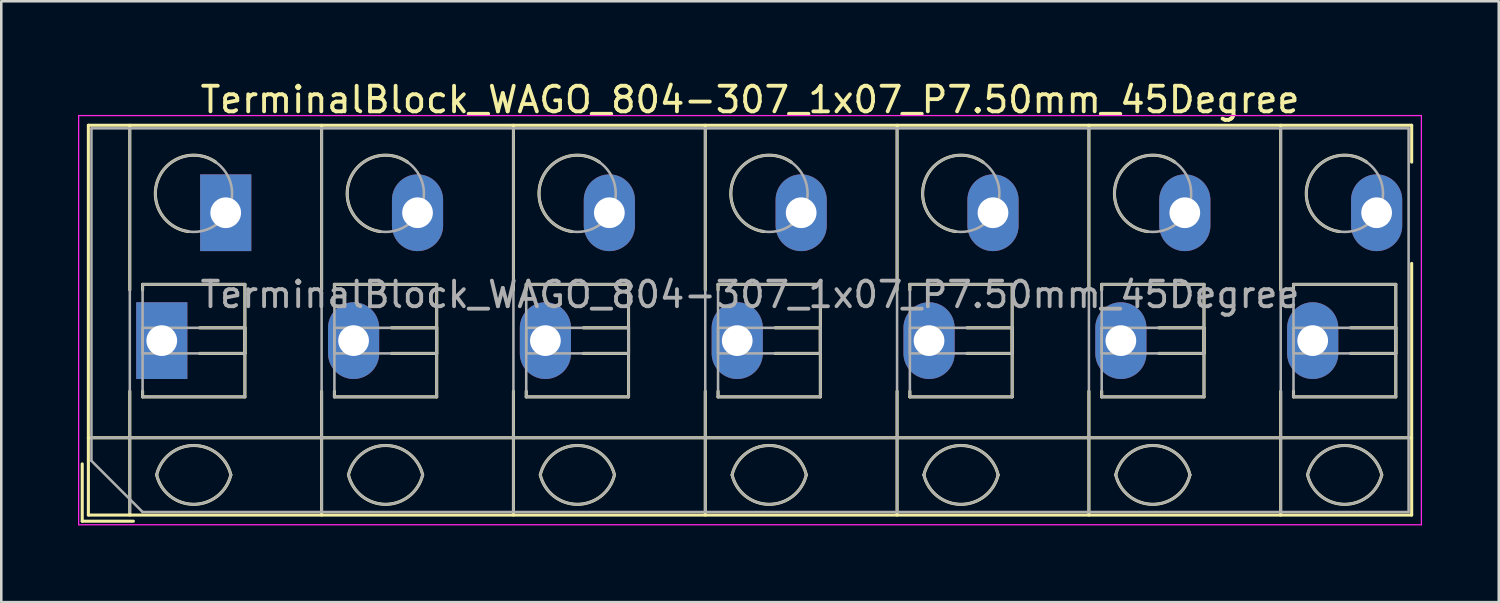
<source format=kicad_pcb>
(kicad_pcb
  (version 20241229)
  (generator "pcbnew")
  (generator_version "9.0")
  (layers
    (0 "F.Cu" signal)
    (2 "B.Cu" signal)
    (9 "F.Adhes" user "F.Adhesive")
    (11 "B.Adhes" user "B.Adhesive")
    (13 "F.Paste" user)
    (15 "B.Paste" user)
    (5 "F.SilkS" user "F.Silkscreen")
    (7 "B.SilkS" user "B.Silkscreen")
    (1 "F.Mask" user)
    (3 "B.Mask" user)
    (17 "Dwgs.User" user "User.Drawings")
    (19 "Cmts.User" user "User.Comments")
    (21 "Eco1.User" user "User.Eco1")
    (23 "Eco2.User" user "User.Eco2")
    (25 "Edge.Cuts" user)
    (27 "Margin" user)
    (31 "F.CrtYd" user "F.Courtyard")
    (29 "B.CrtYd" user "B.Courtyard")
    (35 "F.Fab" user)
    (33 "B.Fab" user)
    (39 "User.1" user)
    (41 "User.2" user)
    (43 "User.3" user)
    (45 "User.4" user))
  (footprint "TerminalBlock_WAGO_804-307_1x07_P7.50mm_45Degree"
    (layer "F.Cu")
    (at 3.275 10.268)
    (property "Reference" "TerminalBlock_WAGO_804-307_1x07_P7.50mm_45Degree" (at 23 -9.42 0) (layer "F.SilkS") (effects (font (size 1 1) (thickness 0.15))))
    (attr through_hole)
    (fp_line (start -3.11 4.82) (end -3.11 7.06) (stroke (width 0.12) (type solid)) (layer "F.SilkS"))
    (fp_line (start -3.11 7.06) (end -1.11 7.06) (stroke (width 0.12) (type solid)) (layer "F.SilkS"))
    (fp_line (start -2.87 -8.42) (end -2.87 6.82) (stroke (width 0.12) (type solid)) (layer "F.SilkS"))
    (fp_line (start -2.87 -8.42) (end 48.87 -8.42) (stroke (width 0.12) (type solid)) (layer "F.SilkS"))
    (fp_line (start -2.87 3.8) (end 48.87 3.8) (stroke (width 0.12) (type solid)) (layer "F.SilkS"))
    (fp_line (start -2.87 6.82) (end 48.87 6.82) (stroke (width 0.12) (type solid)) (layer "F.SilkS"))
    (fp_line (start -1.25 -8.42) (end -1.25 -1.98) (stroke (width 0.12) (type solid)) (layer "F.SilkS"))
    (fp_line (start -1.25 1.98) (end -1.25 6.82) (stroke (width 0.12) (type solid)) (layer "F.SilkS"))
    (fp_line (start -0.75 -2.2) (end -0.75 -1.98) (stroke (width 0.12) (type solid)) (layer "F.SilkS"))
    (fp_line (start -0.75 -2.2) (end 3.25 -2.2) (stroke (width 0.12) (type solid)) (layer "F.SilkS"))
    (fp_line (start -0.75 1.98) (end -0.75 2.2) (stroke (width 0.12) (type solid)) (layer "F.SilkS"))
    (fp_line (start -0.75 2.2) (end 3.25 2.2) (stroke (width 0.12) (type solid)) (layer "F.SilkS"))
    (fp_line (start 1.48 -0.5) (end 3.25 -0.5) (stroke (width 0.12) (type solid)) (layer "F.SilkS"))
    (fp_line (start 1.48 0.5) (end 3.25 0.5) (stroke (width 0.12) (type solid)) (layer "F.SilkS"))
    (fp_line (start 3.25 -2.2) (end 3.25 2.2) (stroke (width 0.12) (type solid)) (layer "F.SilkS"))
    (fp_line (start 3.25 -0.5) (end 3.25 0.5) (stroke (width 0.12) (type solid)) (layer "F.SilkS"))
    (fp_line (start 6.25 -8.42) (end 6.25 -1.98) (stroke (width 0.12) (type solid)) (layer "F.SilkS"))
    (fp_line (start 6.25 1.98) (end 6.25 6.82) (stroke (width 0.12) (type solid)) (layer "F.SilkS"))
    (fp_line (start 6.75 -2.2) (end 6.75 -1.98) (stroke (width 0.12) (type solid)) (layer "F.SilkS"))
    (fp_line (start 6.75 -2.2) (end 10.75 -2.2) (stroke (width 0.12) (type solid)) (layer "F.SilkS"))
    (fp_line (start 6.75 1.98) (end 6.75 2.2) (stroke (width 0.12) (type solid)) (layer "F.SilkS"))
    (fp_line (start 6.75 2.2) (end 10.75 2.2) (stroke (width 0.12) (type solid)) (layer "F.SilkS"))
    (fp_line (start 8.98 -0.5) (end 10.75 -0.5) (stroke (width 0.12) (type solid)) (layer "F.SilkS"))
    (fp_line (start 8.98 0.5) (end 10.75 0.5) (stroke (width 0.12) (type solid)) (layer "F.SilkS"))
    (fp_line (start 10.75 -2.2) (end 10.75 2.2) (stroke (width 0.12) (type solid)) (layer "F.SilkS"))
    (fp_line (start 10.75 -0.5) (end 10.75 0.5) (stroke (width 0.12) (type solid)) (layer "F.SilkS"))
    (fp_line (start 13.75 -8.42) (end 13.75 -1.98) (stroke (width 0.12) (type solid)) (layer "F.SilkS"))
    (fp_line (start 13.75 1.98) (end 13.75 6.82) (stroke (width 0.12) (type solid)) (layer "F.SilkS"))
    (fp_line (start 14.25 -2.2) (end 14.25 -1.98) (stroke (width 0.12) (type solid)) (layer "F.SilkS"))
    (fp_line (start 14.25 -2.2) (end 18.25 -2.2) (stroke (width 0.12) (type solid)) (layer "F.SilkS"))
    (fp_line (start 14.25 1.98) (end 14.25 2.2) (stroke (width 0.12) (type solid)) (layer "F.SilkS"))
    (fp_line (start 14.25 2.2) (end 18.25 2.2) (stroke (width 0.12) (type solid)) (layer "F.SilkS"))
    (fp_line (start 16.48 -0.5) (end 18.25 -0.5) (stroke (width 0.12) (type solid)) (layer "F.SilkS"))
    (fp_line (start 16.48 0.5) (end 18.25 0.5) (stroke (width 0.12) (type solid)) (layer "F.SilkS"))
    (fp_line (start 18.25 -2.2) (end 18.25 2.2) (stroke (width 0.12) (type solid)) (layer "F.SilkS"))
    (fp_line (start 18.25 -0.5) (end 18.25 0.5) (stroke (width 0.12) (type solid)) (layer "F.SilkS"))
    (fp_line (start 21.25 -8.42) (end 21.25 -1.98) (stroke (width 0.12) (type solid)) (layer "F.SilkS"))
    (fp_line (start 21.25 1.98) (end 21.25 6.82) (stroke (width 0.12) (type solid)) (layer "F.SilkS"))
    (fp_line (start 21.75 -2.2) (end 21.75 -1.98) (stroke (width 0.12) (type solid)) (layer "F.SilkS"))
    (fp_line (start 21.75 -2.2) (end 25.75 -2.2) (stroke (width 0.12) (type solid)) (layer "F.SilkS"))
    (fp_line (start 21.75 1.98) (end 21.75 2.2) (stroke (width 0.12) (type solid)) (layer "F.SilkS"))
    (fp_line (start 21.75 2.2) (end 25.75 2.2) (stroke (width 0.12) (type solid)) (layer "F.SilkS"))
    (fp_line (start 23.98 -0.5) (end 25.75 -0.5) (stroke (width 0.12) (type solid)) (layer "F.SilkS"))
    (fp_line (start 23.98 0.5) (end 25.75 0.5) (stroke (width 0.12) (type solid)) (layer "F.SilkS"))
    (fp_line (start 25.75 -2.2) (end 25.75 2.2) (stroke (width 0.12) (type solid)) (layer "F.SilkS"))
    (fp_line (start 25.75 -0.5) (end 25.75 0.5) (stroke (width 0.12) (type solid)) (layer "F.SilkS"))
    (fp_line (start 28.75 -8.42) (end 28.75 -1.98) (stroke (width 0.12) (type solid)) (layer "F.SilkS"))
    (fp_line (start 28.75 1.98) (end 28.75 6.82) (stroke (width 0.12) (type solid)) (layer "F.SilkS"))
    (fp_line (start 29.25 -2.2) (end 29.25 -1.98) (stroke (width 0.12) (type solid)) (layer "F.SilkS"))
    (fp_line (start 29.25 -2.2) (end 33.25 -2.2) (stroke (width 0.12) (type solid)) (layer "F.SilkS"))
    (fp_line (start 29.25 1.98) (end 29.25 2.2) (stroke (width 0.12) (type solid)) (layer "F.SilkS"))
    (fp_line (start 29.25 2.2) (end 33.25 2.2) (stroke (width 0.12) (type solid)) (layer "F.SilkS"))
    (fp_line (start 31.48 -0.5) (end 33.25 -0.5) (stroke (width 0.12) (type solid)) (layer "F.SilkS"))
    (fp_line (start 31.48 0.5) (end 33.25 0.5) (stroke (width 0.12) (type solid)) (layer "F.SilkS"))
    (fp_line (start 33.25 -2.2) (end 33.25 2.2) (stroke (width 0.12) (type solid)) (layer "F.SilkS"))
    (fp_line (start 33.25 -0.5) (end 33.25 0.5) (stroke (width 0.12) (type solid)) (layer "F.SilkS"))
    (fp_line (start 36.25 -8.42) (end 36.25 -1.98) (stroke (width 0.12) (type solid)) (layer "F.SilkS"))
    (fp_line (start 36.25 1.98) (end 36.25 6.82) (stroke (width 0.12) (type solid)) (layer "F.SilkS"))
    (fp_line (start 36.75 -2.2) (end 36.75 -1.98) (stroke (width 0.12) (type solid)) (layer "F.SilkS"))
    (fp_line (start 36.75 -2.2) (end 40.75 -2.2) (stroke (width 0.12) (type solid)) (layer "F.SilkS"))
    (fp_line (start 36.75 1.98) (end 36.75 2.2) (stroke (width 0.12) (type solid)) (layer "F.SilkS"))
    (fp_line (start 36.75 2.2) (end 40.75 2.2) (stroke (width 0.12) (type solid)) (layer "F.SilkS"))
    (fp_line (start 38.98 -0.5) (end 40.75 -0.5) (stroke (width 0.12) (type solid)) (layer "F.SilkS"))
    (fp_line (start 38.98 0.5) (end 40.75 0.5) (stroke (width 0.12) (type solid)) (layer "F.SilkS"))
    (fp_line (start 40.75 -2.2) (end 40.75 2.2) (stroke (width 0.12) (type solid)) (layer "F.SilkS"))
    (fp_line (start 40.75 -0.5) (end 40.75 0.5) (stroke (width 0.12) (type solid)) (layer "F.SilkS"))
    (fp_line (start 43.75 -8.42) (end 43.75 -1.98) (stroke (width 0.12) (type solid)) (layer "F.SilkS"))
    (fp_line (start 43.75 1.98) (end 43.75 6.82) (stroke (width 0.12) (type solid)) (layer "F.SilkS"))
    (fp_line (start 44.25 -2.2) (end 44.25 -1.98) (stroke (width 0.12) (type solid)) (layer "F.SilkS"))
    (fp_line (start 44.25 -2.2) (end 48.25 -2.2) (stroke (width 0.12) (type solid)) (layer "F.SilkS"))
    (fp_line (start 44.25 1.98) (end 44.25 2.2) (stroke (width 0.12) (type solid)) (layer "F.SilkS"))
    (fp_line (start 44.25 2.2) (end 48.25 2.2) (stroke (width 0.12) (type solid)) (layer "F.SilkS"))
    (fp_line (start 46.48 -0.5) (end 48.25 -0.5) (stroke (width 0.12) (type solid)) (layer "F.SilkS"))
    (fp_line (start 46.48 0.5) (end 48.25 0.5) (stroke (width 0.12) (type solid)) (layer "F.SilkS"))
    (fp_line (start 48.25 -2.2) (end 48.25 2.2) (stroke (width 0.12) (type solid)) (layer "F.SilkS"))
    (fp_line (start 48.25 -0.5) (end 48.25 0.5) (stroke (width 0.12) (type solid)) (layer "F.SilkS"))
    (fp_line (start 48.87 -8.42) (end 48.87 -6.98) (stroke (width 0.12) (type solid)) (layer "F.SilkS"))
    (fp_line (start 48.87 -3.02) (end 48.87 6.82) (stroke (width 0.12) (type solid)) (layer "F.SilkS"))
    (fp_arc (start -0.200865 5.250424) (mid 1.250296 4.099926) (end 2.701 5.251) (stroke (width 0.12) (type solid)) (layer "F.SilkS"))
    (fp_arc (start 1.040798 -4.264067) (mid -0.146039 -6.300306) (end 2.111 -6.979) (stroke (width 0.12) (type solid)) (layer "F.SilkS"))
    (fp_arc (start 2.7 5.25) (mid 1.250068 6.400101) (end -0.199969 5.250133) (stroke (width 0.12) (type solid)) (layer "F.SilkS"))
    (fp_arc (start 7.299135 5.250424) (mid 8.750296 4.099926) (end 10.201 5.251) (stroke (width 0.12) (type solid)) (layer "F.SilkS"))
    (fp_arc (start 8.540798 -4.264067) (mid 7.353961 -6.300306) (end 9.611 -6.979) (stroke (width 0.12) (type solid)) (layer "F.SilkS"))
    (fp_arc (start 10.2 5.25) (mid 8.750068 6.400101) (end 7.300031 5.250133) (stroke (width 0.12) (type solid)) (layer "F.SilkS"))
    (fp_arc (start 14.799135 5.250424) (mid 16.250296 4.099926) (end 17.701 5.251) (stroke (width 0.12) (type solid)) (layer "F.SilkS"))
    (fp_arc (start 16.040798 -4.264067) (mid 14.853961 -6.300306) (end 17.111 -6.979) (stroke (width 0.12) (type solid)) (layer "F.SilkS"))
    (fp_arc (start 17.7 5.25) (mid 16.250068 6.400101) (end 14.800031 5.250133) (stroke (width 0.12) (type solid)) (layer "F.SilkS"))
    (fp_arc (start 22.299135 5.250424) (mid 23.750296 4.099926) (end 25.201 5.251) (stroke (width 0.12) (type solid)) (layer "F.SilkS"))
    (fp_arc (start 23.540798 -4.264067) (mid 22.353961 -6.300306) (end 24.611 -6.979) (stroke (width 0.12) (type solid)) (layer "F.SilkS"))
    (fp_arc (start 25.2 5.25) (mid 23.750068 6.400101) (end 22.300031 5.250133) (stroke (width 0.12) (type solid)) (layer "F.SilkS"))
    (fp_arc (start 29.799135 5.250424) (mid 31.250296 4.099926) (end 32.701 5.251) (stroke (width 0.12) (type solid)) (layer "F.SilkS"))
    (fp_arc (start 31.040798 -4.264067) (mid 29.853961 -6.300306) (end 32.111 -6.979) (stroke (width 0.12) (type solid)) (layer "F.SilkS"))
    (fp_arc (start 32.701 5.25) (mid 31.250296 6.401074) (end 29.799135 5.250576) (stroke (width 0.12) (type solid)) (layer "F.SilkS"))
    (fp_arc (start 37.299135 5.250424) (mid 38.750296 4.099926) (end 40.201 5.251) (stroke (width 0.12) (type solid)) (layer "F.SilkS"))
    (fp_arc (start 38.540798 -4.264067) (mid 37.353961 -6.300306) (end 39.611 -6.979) (stroke (width 0.12) (type solid)) (layer "F.SilkS"))
    (fp_arc (start 40.2 5.25) (mid 38.750068 6.400101) (end 37.300031 5.250133) (stroke (width 0.12) (type solid)) (layer "F.SilkS"))
    (fp_arc (start 44.799135 5.250424) (mid 46.250296 4.099926) (end 47.701 5.251) (stroke (width 0.12) (type solid)) (layer "F.SilkS"))
    (fp_arc (start 46.040798 -4.264067) (mid 44.853961 -6.300306) (end 47.111 -6.979) (stroke (width 0.12) (type solid)) (layer "F.SilkS"))
    (fp_arc (start 47.7 5.25) (mid 46.250068 6.400101) (end 44.800031 5.250133) (stroke (width 0.12) (type solid)) (layer "F.SilkS"))
    (fp_line (start -3.25 -8.8) (end -3.25 7.2) (stroke (width 0.05) (type solid)) (layer "F.CrtYd"))
    (fp_line (start -3.25 7.2) (end 49.25 7.2) (stroke (width 0.05) (type solid)) (layer "F.CrtYd"))
    (fp_line (start 49.25 -8.8) (end -3.25 -8.8) (stroke (width 0.05) (type solid)) (layer "F.CrtYd"))
    (fp_line (start 49.25 7.2) (end 49.25 -8.8) (stroke (width 0.05) (type solid)) (layer "F.CrtYd"))
    (fp_line (start -2.75 -8.3) (end 48.75 -8.3) (stroke (width 0.1) (type solid)) (layer "F.Fab"))
    (fp_line (start -2.75 3.8) (end 48.75 3.8) (stroke (width 0.1) (type solid)) (layer "F.Fab"))
    (fp_line (start -2.75 4.7) (end -2.75 -8.3) (stroke (width 0.1) (type solid)) (layer "F.Fab"))
    (fp_line (start -1.25 -8.3) (end -1.25 6.7) (stroke (width 0.1) (type solid)) (layer "F.Fab"))
    (fp_line (start -0.75 -2.2) (end -0.75 2.2) (stroke (width 0.1) (type solid)) (layer "F.Fab"))
    (fp_line (start -0.75 -0.5) (end -0.75 0.5) (stroke (width 0.1) (type solid)) (layer "F.Fab"))
    (fp_line (start -0.75 0.5) (end 3.25 0.5) (stroke (width 0.1) (type solid)) (layer "F.Fab"))
    (fp_line (start -0.75 2.2) (end 3.25 2.2) (stroke (width 0.1) (type solid)) (layer "F.Fab"))
    (fp_line (start -0.75 6.7) (end -2.75 4.7) (stroke (width 0.1) (type solid)) (layer "F.Fab"))
    (fp_line (start 3.25 -2.2) (end -0.75 -2.2) (stroke (width 0.1) (type solid)) (layer "F.Fab"))
    (fp_line (start 3.25 -0.5) (end -0.75 -0.5) (stroke (width 0.1) (type solid)) (layer "F.Fab"))
    (fp_line (start 3.25 0.5) (end 3.25 -0.5) (stroke (width 0.1) (type solid)) (layer "F.Fab"))
    (fp_line (start 3.25 2.2) (end 3.25 -2.2) (stroke (width 0.1) (type solid)) (layer "F.Fab"))
    (fp_line (start 6.25 -8.3) (end 6.25 6.7) (stroke (width 0.1) (type solid)) (layer "F.Fab"))
    (fp_line (start 6.75 -2.2) (end 6.75 2.2) (stroke (width 0.1) (type solid)) (layer "F.Fab"))
    (fp_line (start 6.75 -0.5) (end 6.75 0.5) (stroke (width 0.1) (type solid)) (layer "F.Fab"))
    (fp_line (start 6.75 0.5) (end 10.75 0.5) (stroke (width 0.1) (type solid)) (layer "F.Fab"))
    (fp_line (start 6.75 2.2) (end 10.75 2.2) (stroke (width 0.1) (type solid)) (layer "F.Fab"))
    (fp_line (start 10.75 -2.2) (end 6.75 -2.2) (stroke (width 0.1) (type solid)) (layer "F.Fab"))
    (fp_line (start 10.75 -0.5) (end 6.75 -0.5) (stroke (width 0.1) (type solid)) (layer "F.Fab"))
    (fp_line (start 10.75 0.5) (end 10.75 -0.5) (stroke (width 0.1) (type solid)) (layer "F.Fab"))
    (fp_line (start 10.75 2.2) (end 10.75 -2.2) (stroke (width 0.1) (type solid)) (layer "F.Fab"))
    (fp_line (start 13.75 -8.3) (end 13.75 6.7) (stroke (width 0.1) (type solid)) (layer "F.Fab"))
    (fp_line (start 14.25 -2.2) (end 14.25 2.2) (stroke (width 0.1) (type solid)) (layer "F.Fab"))
    (fp_line (start 14.25 -0.5) (end 14.25 0.5) (stroke (width 0.1) (type solid)) (layer "F.Fab"))
    (fp_line (start 14.25 0.5) (end 18.25 0.5) (stroke (width 0.1) (type solid)) (layer "F.Fab"))
    (fp_line (start 14.25 2.2) (end 18.25 2.2) (stroke (width 0.1) (type solid)) (layer "F.Fab"))
    (fp_line (start 18.25 -2.2) (end 14.25 -2.2) (stroke (width 0.1) (type solid)) (layer "F.Fab"))
    (fp_line (start 18.25 -0.5) (end 14.25 -0.5) (stroke (width 0.1) (type solid)) (layer "F.Fab"))
    (fp_line (start 18.25 0.5) (end 18.25 -0.5) (stroke (width 0.1) (type solid)) (layer "F.Fab"))
    (fp_line (start 18.25 2.2) (end 18.25 -2.2) (stroke (width 0.1) (type solid)) (layer "F.Fab"))
    (fp_line (start 21.25 -8.3) (end 21.25 6.7) (stroke (width 0.1) (type solid)) (layer "F.Fab"))
    (fp_line (start 21.75 -2.2) (end 21.75 2.2) (stroke (width 0.1) (type solid)) (layer "F.Fab"))
    (fp_line (start 21.75 -0.5) (end 21.75 0.5) (stroke (width 0.1) (type solid)) (layer "F.Fab"))
    (fp_line (start 21.75 0.5) (end 25.75 0.5) (stroke (width 0.1) (type solid)) (layer "F.Fab"))
    (fp_line (start 21.75 2.2) (end 25.75 2.2) (stroke (width 0.1) (type solid)) (layer "F.Fab"))
    (fp_line (start 25.75 -2.2) (end 21.75 -2.2) (stroke (width 0.1) (type solid)) (layer "F.Fab"))
    (fp_line (start 25.75 -0.5) (end 21.75 -0.5) (stroke (width 0.1) (type solid)) (layer "F.Fab"))
    (fp_line (start 25.75 0.5) (end 25.75 -0.5) (stroke (width 0.1) (type solid)) (layer "F.Fab"))
    (fp_line (start 25.75 2.2) (end 25.75 -2.2) (stroke (width 0.1) (type solid)) (layer "F.Fab"))
    (fp_line (start 28.75 -8.3) (end 28.75 6.7) (stroke (width 0.1) (type solid)) (layer "F.Fab"))
    (fp_line (start 29.25 -2.2) (end 29.25 2.2) (stroke (width 0.1) (type solid)) (layer "F.Fab"))
    (fp_line (start 29.25 -0.5) (end 29.25 0.5) (stroke (width 0.1) (type solid)) (layer "F.Fab"))
    (fp_line (start 29.25 0.5) (end 33.25 0.5) (stroke (width 0.1) (type solid)) (layer "F.Fab"))
    (fp_line (start 29.25 2.2) (end 33.25 2.2) (stroke (width 0.1) (type solid)) (layer "F.Fab"))
    (fp_line (start 33.25 -2.2) (end 29.25 -2.2) (stroke (width 0.1) (type solid)) (layer "F.Fab"))
    (fp_line (start 33.25 -0.5) (end 29.25 -0.5) (stroke (width 0.1) (type solid)) (layer "F.Fab"))
    (fp_line (start 33.25 0.5) (end 33.25 -0.5) (stroke (width 0.1) (type solid)) (layer "F.Fab"))
    (fp_line (start 33.25 2.2) (end 33.25 -2.2) (stroke (width 0.1) (type solid)) (layer "F.Fab"))
    (fp_line (start 36.25 -8.3) (end 36.25 6.7) (stroke (width 0.1) (type solid)) (layer "F.Fab"))
    (fp_line (start 36.75 -2.2) (end 36.75 2.2) (stroke (width 0.1) (type solid)) (layer "F.Fab"))
    (fp_line (start 36.75 -0.5) (end 36.75 0.5) (stroke (width 0.1) (type solid)) (layer "F.Fab"))
    (fp_line (start 36.75 0.5) (end 40.75 0.5) (stroke (width 0.1) (type solid)) (layer "F.Fab"))
    (fp_line (start 36.75 2.2) (end 40.75 2.2) (stroke (width 0.1) (type solid)) (layer "F.Fab"))
    (fp_line (start 40.75 -2.2) (end 36.75 -2.2) (stroke (width 0.1) (type solid)) (layer "F.Fab"))
    (fp_line (start 40.75 -0.5) (end 36.75 -0.5) (stroke (width 0.1) (type solid)) (layer "F.Fab"))
    (fp_line (start 40.75 0.5) (end 40.75 -0.5) (stroke (width 0.1) (type solid)) (layer "F.Fab"))
    (fp_line (start 40.75 2.2) (end 40.75 -2.2) (stroke (width 0.1) (type solid)) (layer "F.Fab"))
    (fp_line (start 43.75 -8.3) (end 43.75 6.7) (stroke (width 0.1) (type solid)) (layer "F.Fab"))
    (fp_line (start 44.25 -2.2) (end 44.25 2.2) (stroke (width 0.1) (type solid)) (layer "F.Fab"))
    (fp_line (start 44.25 -0.5) (end 44.25 0.5) (stroke (width 0.1) (type solid)) (layer "F.Fab"))
    (fp_line (start 44.25 0.5) (end 48.25 0.5) (stroke (width 0.1) (type solid)) (layer "F.Fab"))
    (fp_line (start 44.25 2.2) (end 48.25 2.2) (stroke (width 0.1) (type solid)) (layer "F.Fab"))
    (fp_line (start 48.25 -2.2) (end 44.25 -2.2) (stroke (width 0.1) (type solid)) (layer "F.Fab"))
    (fp_line (start 48.25 -0.5) (end 44.25 -0.5) (stroke (width 0.1) (type solid)) (layer "F.Fab"))
    (fp_line (start 48.25 0.5) (end 48.25 -0.5) (stroke (width 0.1) (type solid)) (layer "F.Fab"))
    (fp_line (start 48.25 2.2) (end 48.25 -2.2) (stroke (width 0.1) (type solid)) (layer "F.Fab"))
    (fp_line (start 48.75 -8.3) (end 48.75 6.7) (stroke (width 0.1) (type solid)) (layer "F.Fab"))
    (fp_line (start 48.75 6.7) (end -0.75 6.7) (stroke (width 0.1) (type solid)) (layer "F.Fab"))
    (fp_arc (start -0.200865 5.250424) (mid 1.250296 4.099926) (end 2.701 5.251) (stroke (width 0.1) (type solid)) (layer "F.Fab"))
    (fp_arc (start 2.7 5.25) (mid 1.250068 6.400101) (end -0.199969 5.250133) (stroke (width 0.1) (type solid)) (layer "F.Fab"))
    (fp_arc (start 7.299135 5.250424) (mid 8.750296 4.099926) (end 10.201 5.251) (stroke (width 0.1) (type solid)) (layer "F.Fab"))
    (fp_arc (start 10.2 5.25) (mid 8.750068 6.400101) (end 7.300031 5.250133) (stroke (width 0.1) (type solid)) (layer "F.Fab"))
    (fp_arc (start 14.799135 5.250424) (mid 16.250296 4.099926) (end 17.701 5.251) (stroke (width 0.1) (type solid)) (layer "F.Fab"))
    (fp_arc (start 17.7 5.25) (mid 16.250068 6.400101) (end 14.800031 5.250133) (stroke (width 0.1) (type solid)) (layer "F.Fab"))
    (fp_arc (start 22.299135 5.250424) (mid 23.750296 4.099926) (end 25.201 5.251) (stroke (width 0.1) (type solid)) (layer "F.Fab"))
    (fp_arc (start 25.2 5.25) (mid 23.750068 6.400101) (end 22.300031 5.250133) (stroke (width 0.1) (type solid)) (layer "F.Fab"))
    (fp_arc (start 29.799135 5.250424) (mid 31.250296 4.099926) (end 32.701 5.251) (stroke (width 0.1) (type solid)) (layer "F.Fab"))
    (fp_arc (start 32.701 5.25) (mid 31.250296 6.401074) (end 29.799135 5.250576) (stroke (width 0.1) (type solid)) (layer "F.Fab"))
    (fp_arc (start 37.299135 5.250424) (mid 38.750296 4.099926) (end 40.201 5.251) (stroke (width 0.1) (type solid)) (layer "F.Fab"))
    (fp_arc (start 40.2 5.25) (mid 38.750068 6.400101) (end 37.300031 5.250133) (stroke (width 0.1) (type solid)) (layer "F.Fab"))
    (fp_arc (start 44.799135 5.250424) (mid 46.250296 4.099926) (end 47.701 5.251) (stroke (width 0.1) (type solid)) (layer "F.Fab"))
    (fp_arc (start 47.7 5.25) (mid 46.250068 6.400101) (end 44.800031 5.250133) (stroke (width 0.1) (type solid)) (layer "F.Fab"))
    (fp_circle (center 1.25 -5.75) (end 2.75 -5.75) (stroke (width 0.1) (type solid)) (fill no) (layer "F.Fab"))
    (fp_circle (center 8.75 -5.75) (end 10.25 -5.75) (stroke (width 0.1) (type solid)) (fill no) (layer "F.Fab"))
    (fp_circle (center 16.25 -5.75) (end 17.75 -5.75) (stroke (width 0.1) (type solid)) (fill no) (layer "F.Fab"))
    (fp_circle (center 23.75 -5.75) (end 25.25 -5.75) (stroke (width 0.1) (type solid)) (fill no) (layer "F.Fab"))
    (fp_circle (center 31.25 -5.75) (end 32.75 -5.75) (stroke (width 0.1) (type solid)) (fill no) (layer "F.Fab"))
    (fp_circle (center 38.75 -5.75) (end 40.25 -5.75) (stroke (width 0.1) (type solid)) (fill no) (layer "F.Fab"))
    (fp_circle (center 46.25 -5.75) (end 47.75 -5.75) (stroke (width 0.1) (type solid)) (fill no) (layer "F.Fab"))
    (fp_text user "${REFERENCE}" (at 23 -1.8 0) (layer "F.Fab") (effects (font (size 1 1) (thickness 0.15))))
    (pad "1" thru_hole rect (at 0 0) (size 2 3) (drill 1.2) (layers "*.Cu" "*.Mask"))
    (pad "1" thru_hole rect (at 2.5 -5) (size 2 3) (drill 1.2) (layers "*.Cu" "*.Mask"))
    (pad "2" thru_hole oval (at 7.5 0) (size 2 3) (drill 1.2) (layers "*.Cu" "*.Mask"))
    (pad "2" thru_hole oval (at 10 -5) (size 2 3) (drill 1.2) (layers "*.Cu" "*.Mask"))
    (pad "3" thru_hole oval (at 15 0) (size 2 3) (drill 1.2) (layers "*.Cu" "*.Mask"))
    (pad "3" thru_hole oval (at 17.5 -5) (size 2 3) (drill 1.2) (layers "*.Cu" "*.Mask"))
    (pad "4" thru_hole oval (at 22.5 0) (size 2 3) (drill 1.2) (layers "*.Cu" "*.Mask"))
    (pad "4" thru_hole oval (at 25 -5) (size 2 3) (drill 1.2) (layers "*.Cu" "*.Mask"))
    (pad "5" thru_hole oval (at 30 0) (size 2 3) (drill 1.2) (layers "*.Cu" "*.Mask"))
    (pad "5" thru_hole oval (at 32.5 -5) (size 2 3) (drill 1.2) (layers "*.Cu" "*.Mask"))
    (pad "6" thru_hole oval (at 37.5 0) (size 2 3) (drill 1.2) (layers "*.Cu" "*.Mask"))
    (pad "6" thru_hole oval (at 40 -5) (size 2 3) (drill 1.2) (layers "*.Cu" "*.Mask"))
    (pad "7" thru_hole oval (at 45 0) (size 2 3) (drill 1.2) (layers "*.Cu" "*.Mask"))
    (pad "7" thru_hole oval (at 47.5 -5) (size 2 3) (drill 1.2) (layers "*.Cu" "*.Mask")))
  (gr_rect
    (start -3 -3)
    (end 55.55 20.493)
    (stroke (width 0.1) (type default))
    (fill no)
    (layer "Edge.Cuts")))
</source>
